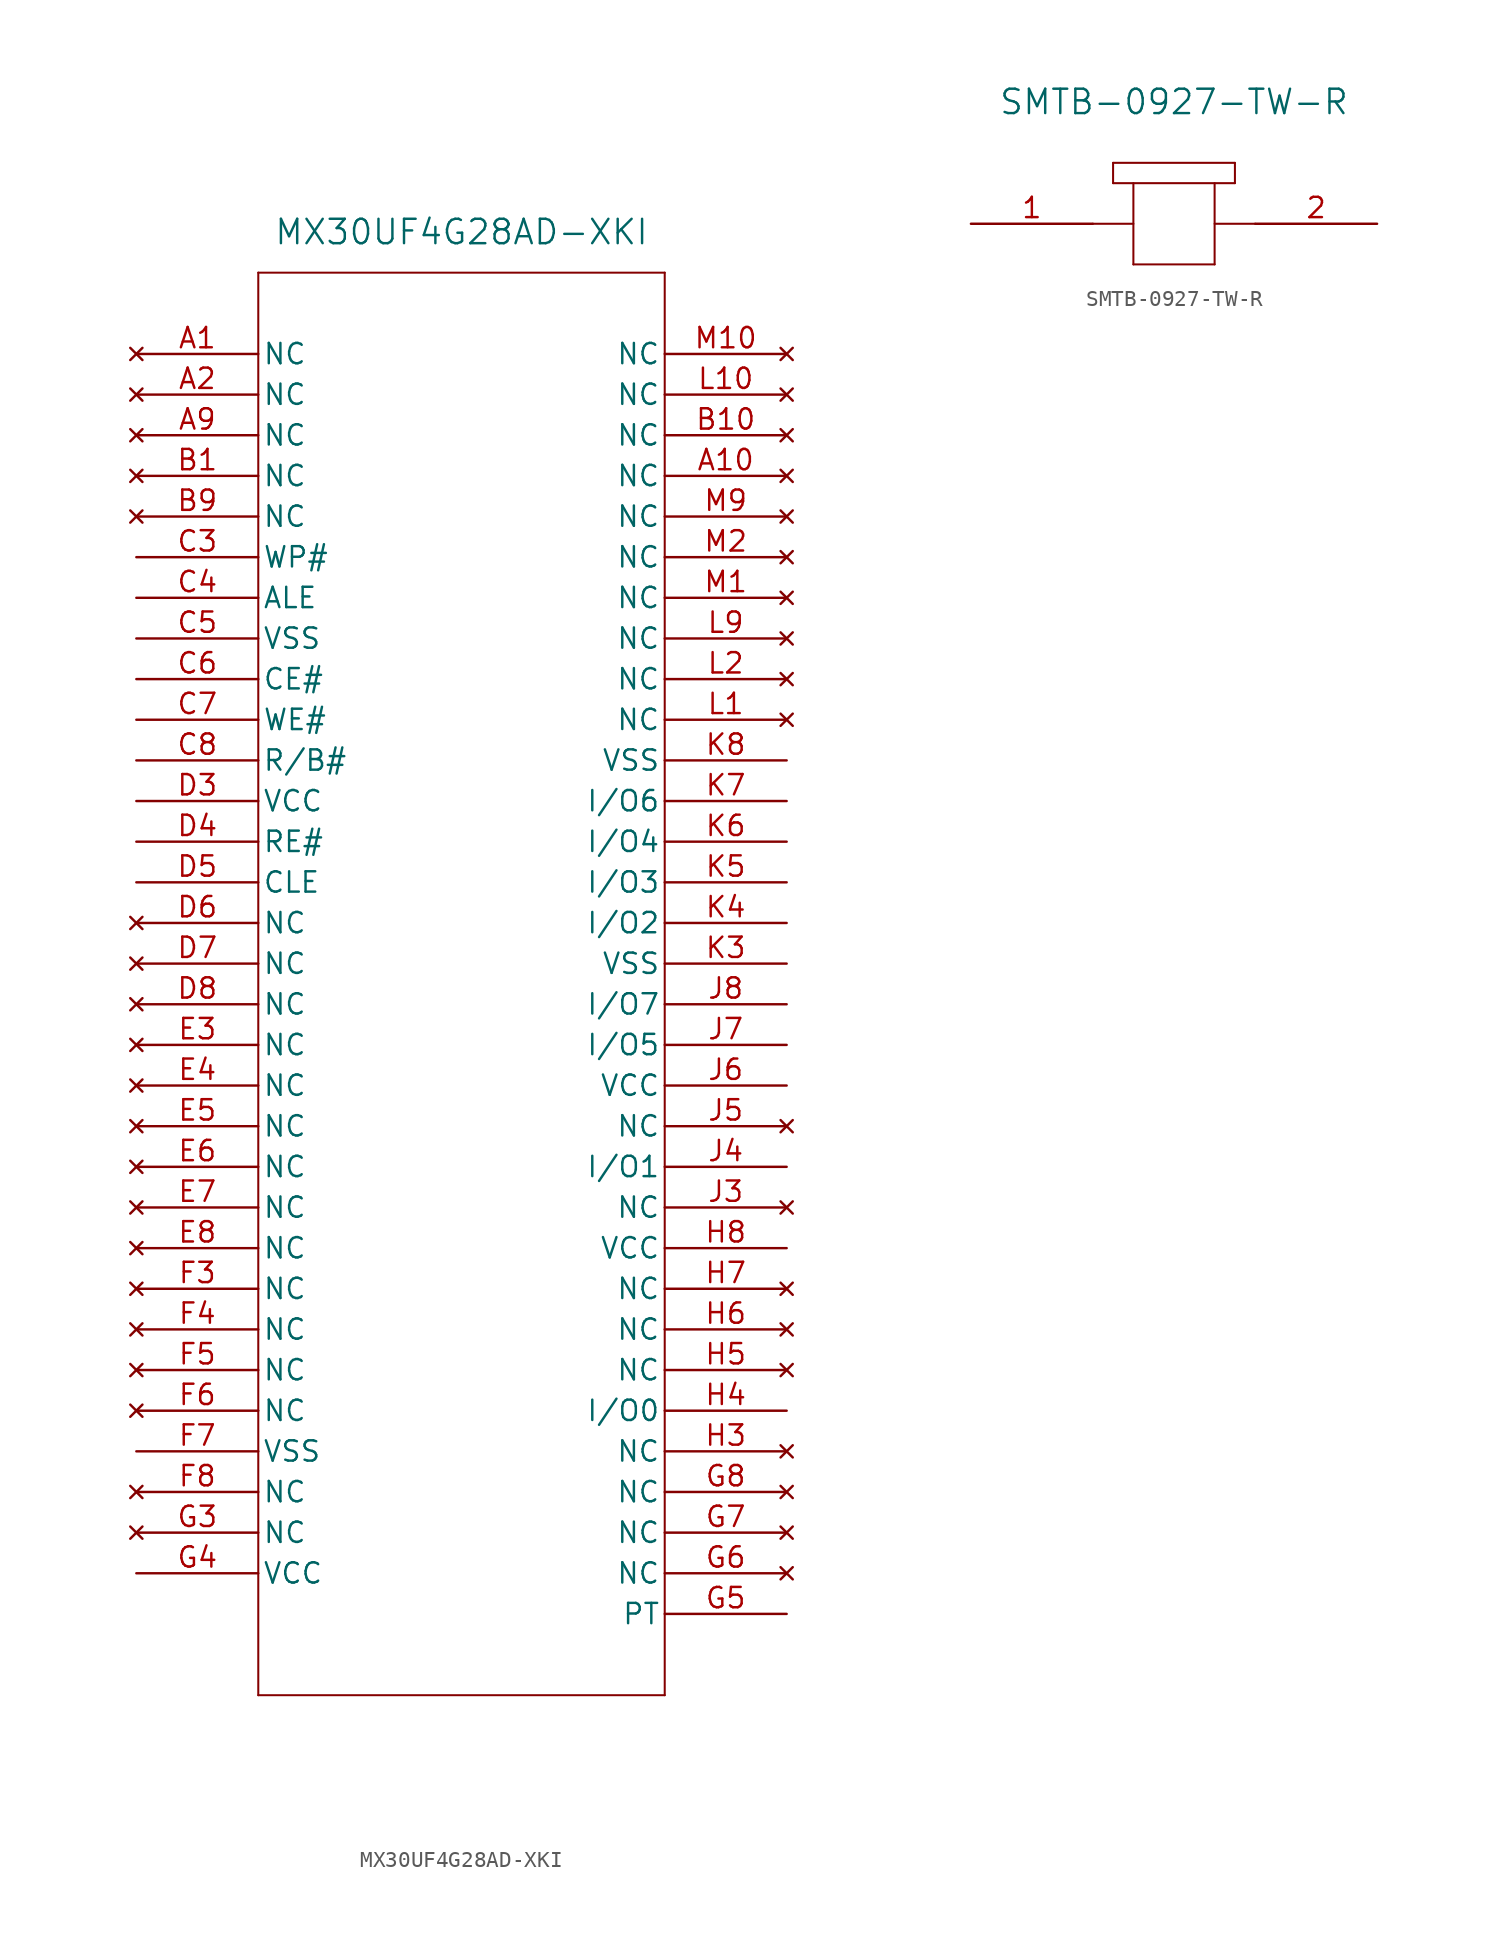
<source format=kicad_sym>
(kicad_symbol_lib
  (version 20231120)
  (generator "kicad_symbol_editor")
  (generator_version "8.0")
  (symbol "MX30UF4G28AD-XKI"
    (pin_names
      (offset 0.254))
    (property "Reference" "U"
      (at 20.32 10.16 0)
      (effects (font (size 1.524 1.524)) (hide yes)))
    (property "Value" "MX30UF4G28AD-XKI"
      (at 20.32 7.62 0)
      (effects (font (size 1.524 1.524))))
    (property "ki_locked" ""
      (at 0 0 0)
      (effects (font (size 1.27 1.27))))
    (symbol "MX30UF4G28AD-XKI_0_1"
      (polyline (pts (xy 7.62 -83.82) (xy 33.02 -83.82)) (stroke (width 0.127) (type default)) (fill (type none)))
      (polyline (pts (xy 7.62 5.08) (xy 7.62 -83.82)) (stroke (width 0.127) (type default)) (fill (type none)))
      (polyline (pts (xy 33.02 -83.82) (xy 33.02 5.08)) (stroke (width 0.127) (type default)) (fill (type none)))
      (polyline (pts (xy 33.02 5.08) (xy 7.62 5.08)) (stroke (width 0.127) (type default)) (fill (type none)))
      (pin no_connect line (at 0 0 0) (length 7.62) (name "NC" (effects (font (size 1.27 1.27)))) (number "A1" (effects (font (size 1.27 1.27)))))
      (pin no_connect line (at 40.64 -7.62 180) (length 7.62) (name "NC" (effects (font (size 1.27 1.27)))) (number "A10" (effects (font (size 1.27 1.27)))))
      (pin no_connect line (at 0 -2.54 0) (length 7.62) (name "NC" (effects (font (size 1.27 1.27)))) (number "A2" (effects (font (size 1.27 1.27)))))
      (pin no_connect line (at 0 -5.08 0) (length 7.62) (name "NC" (effects (font (size 1.27 1.27)))) (number "A9" (effects (font (size 1.27 1.27)))))
      (pin no_connect line (at 0 -7.62 0) (length 7.62) (name "NC" (effects (font (size 1.27 1.27)))) (number "B1" (effects (font (size 1.27 1.27)))))
      (pin no_connect line (at 40.64 -5.08 180) (length 7.62) (name "NC" (effects (font (size 1.27 1.27)))) (number "B10" (effects (font (size 1.27 1.27)))))
      (pin no_connect line (at 0 -10.16 0) (length 7.62) (name "NC" (effects (font (size 1.27 1.27)))) (number "B9" (effects (font (size 1.27 1.27)))))
      (pin input line (at 0 -12.7 0) (length 7.62) (name "WP#" (effects (font (size 1.27 1.27)))) (number "C3" (effects (font (size 1.27 1.27)))))
      (pin input line (at 0 -15.24 0) (length 7.62) (name "ALE" (effects (font (size 1.27 1.27)))) (number "C4" (effects (font (size 1.27 1.27)))))
      (pin power_out line (at 0 -17.78 0) (length 7.62) (name "VSS" (effects (font (size 1.27 1.27)))) (number "C5" (effects (font (size 1.27 1.27)))))
      (pin input line (at 0 -20.32 0) (length 7.62) (name "CE#" (effects (font (size 1.27 1.27)))) (number "C6" (effects (font (size 1.27 1.27)))))
      (pin input line (at 0 -22.86 0) (length 7.62) (name "WE#" (effects (font (size 1.27 1.27)))) (number "C7" (effects (font (size 1.27 1.27)))))
      (pin output line (at 0 -25.4 0) (length 7.62) (name "R/B#" (effects (font (size 1.27 1.27)))) (number "C8" (effects (font (size 1.27 1.27)))))
      (pin power_in line (at 0 -27.94 0) (length 7.62) (name "VCC" (effects (font (size 1.27 1.27)))) (number "D3" (effects (font (size 1.27 1.27)))))
      (pin input line (at 0 -30.48 0) (length 7.62) (name "RE#" (effects (font (size 1.27 1.27)))) (number "D4" (effects (font (size 1.27 1.27)))))
      (pin input line (at 0 -33.02 0) (length 7.62) (name "CLE" (effects (font (size 1.27 1.27)))) (number "D5" (effects (font (size 1.27 1.27)))))
      (pin no_connect line (at 0 -35.56 0) (length 7.62) (name "NC" (effects (font (size 1.27 1.27)))) (number "D6" (effects (font (size 1.27 1.27)))))
      (pin no_connect line (at 0 -38.1 0) (length 7.62) (name "NC" (effects (font (size 1.27 1.27)))) (number "D7" (effects (font (size 1.27 1.27)))))
      (pin no_connect line (at 0 -40.64 0) (length 7.62) (name "NC" (effects (font (size 1.27 1.27)))) (number "D8" (effects (font (size 1.27 1.27)))))
      (pin no_connect line (at 0 -43.18 0) (length 7.62) (name "NC" (effects (font (size 1.27 1.27)))) (number "E3" (effects (font (size 1.27 1.27)))))
      (pin no_connect line (at 0 -45.72 0) (length 7.62) (name "NC" (effects (font (size 1.27 1.27)))) (number "E4" (effects (font (size 1.27 1.27)))))
      (pin no_connect line (at 0 -48.26 0) (length 7.62) (name "NC" (effects (font (size 1.27 1.27)))) (number "E5" (effects (font (size 1.27 1.27)))))
      (pin no_connect line (at 0 -50.8 0) (length 7.62) (name "NC" (effects (font (size 1.27 1.27)))) (number "E6" (effects (font (size 1.27 1.27)))))
      (pin no_connect line (at 0 -53.34 0) (length 7.62) (name "NC" (effects (font (size 1.27 1.27)))) (number "E7" (effects (font (size 1.27 1.27)))))
      (pin no_connect line (at 0 -55.88 0) (length 7.62) (name "NC" (effects (font (size 1.27 1.27)))) (number "E8" (effects (font (size 1.27 1.27)))))
      (pin no_connect line (at 0 -58.42 0) (length 7.62) (name "NC" (effects (font (size 1.27 1.27)))) (number "F3" (effects (font (size 1.27 1.27)))))
      (pin no_connect line (at 0 -60.96 0) (length 7.62) (name "NC" (effects (font (size 1.27 1.27)))) (number "F4" (effects (font (size 1.27 1.27)))))
      (pin no_connect line (at 0 -63.5 0) (length 7.62) (name "NC" (effects (font (size 1.27 1.27)))) (number "F5" (effects (font (size 1.27 1.27)))))
      (pin no_connect line (at 0 -66.04 0) (length 7.62) (name "NC" (effects (font (size 1.27 1.27)))) (number "F6" (effects (font (size 1.27 1.27)))))
      (pin power_out line (at 0 -68.58 0) (length 7.62) (name "VSS" (effects (font (size 1.27 1.27)))) (number "F7" (effects (font (size 1.27 1.27)))))
      (pin no_connect line (at 0 -71.12 0) (length 7.62) (name "NC" (effects (font (size 1.27 1.27)))) (number "F8" (effects (font (size 1.27 1.27)))))
      (pin no_connect line (at 0 -73.66 0) (length 7.62) (name "NC" (effects (font (size 1.27 1.27)))) (number "G3" (effects (font (size 1.27 1.27)))))
      (pin power_in line (at 0 -76.2 0) (length 7.62) (name "VCC" (effects (font (size 1.27 1.27)))) (number "G4" (effects (font (size 1.27 1.27)))))
      (pin input line (at 40.64 -78.74 180) (length 7.62) (name "PT" (effects (font (size 1.27 1.27)))) (number "G5" (effects (font (size 1.27 1.27)))))
      (pin no_connect line (at 40.64 -76.2 180) (length 7.62) (name "NC" (effects (font (size 1.27 1.27)))) (number "G6" (effects (font (size 1.27 1.27)))))
      (pin no_connect line (at 40.64 -73.66 180) (length 7.62) (name "NC" (effects (font (size 1.27 1.27)))) (number "G7" (effects (font (size 1.27 1.27)))))
      (pin no_connect line (at 40.64 -71.12 180) (length 7.62) (name "NC" (effects (font (size 1.27 1.27)))) (number "G8" (effects (font (size 1.27 1.27)))))
      (pin no_connect line (at 40.64 -68.58 180) (length 7.62) (name "NC" (effects (font (size 1.27 1.27)))) (number "H3" (effects (font (size 1.27 1.27)))))
      (pin bidirectional line (at 40.64 -66.04 180) (length 7.62) (name "I/O0" (effects (font (size 1.27 1.27)))) (number "H4" (effects (font (size 1.27 1.27)))))
      (pin no_connect line (at 40.64 -63.5 180) (length 7.62) (name "NC" (effects (font (size 1.27 1.27)))) (number "H5" (effects (font (size 1.27 1.27)))))
      (pin no_connect line (at 40.64 -60.96 180) (length 7.62) (name "NC" (effects (font (size 1.27 1.27)))) (number "H6" (effects (font (size 1.27 1.27)))))
      (pin no_connect line (at 40.64 -58.42 180) (length 7.62) (name "NC" (effects (font (size 1.27 1.27)))) (number "H7" (effects (font (size 1.27 1.27)))))
      (pin power_in line (at 40.64 -55.88 180) (length 7.62) (name "VCC" (effects (font (size 1.27 1.27)))) (number "H8" (effects (font (size 1.27 1.27)))))
      (pin no_connect line (at 40.64 -53.34 180) (length 7.62) (name "NC" (effects (font (size 1.27 1.27)))) (number "J3" (effects (font (size 1.27 1.27)))))
      (pin bidirectional line (at 40.64 -50.8 180) (length 7.62) (name "I/O1" (effects (font (size 1.27 1.27)))) (number "J4" (effects (font (size 1.27 1.27)))))
      (pin no_connect line (at 40.64 -48.26 180) (length 7.62) (name "NC" (effects (font (size 1.27 1.27)))) (number "J5" (effects (font (size 1.27 1.27)))))
      (pin power_in line (at 40.64 -45.72 180) (length 7.62) (name "VCC" (effects (font (size 1.27 1.27)))) (number "J6" (effects (font (size 1.27 1.27)))))
      (pin bidirectional line (at 40.64 -43.18 180) (length 7.62) (name "I/O5" (effects (font (size 1.27 1.27)))) (number "J7" (effects (font (size 1.27 1.27)))))
      (pin bidirectional line (at 40.64 -40.64 180) (length 7.62) (name "I/O7" (effects (font (size 1.27 1.27)))) (number "J8" (effects (font (size 1.27 1.27)))))
      (pin power_out line (at 40.64 -38.1 180) (length 7.62) (name "VSS" (effects (font (size 1.27 1.27)))) (number "K3" (effects (font (size 1.27 1.27)))))
      (pin bidirectional line (at 40.64 -35.56 180) (length 7.62) (name "I/O2" (effects (font (size 1.27 1.27)))) (number "K4" (effects (font (size 1.27 1.27)))))
      (pin bidirectional line (at 40.64 -33.02 180) (length 7.62) (name "I/O3" (effects (font (size 1.27 1.27)))) (number "K5" (effects (font (size 1.27 1.27)))))
      (pin bidirectional line (at 40.64 -30.48 180) (length 7.62) (name "I/O4" (effects (font (size 1.27 1.27)))) (number "K6" (effects (font (size 1.27 1.27)))))
      (pin bidirectional line (at 40.64 -27.94 180) (length 7.62) (name "I/O6" (effects (font (size 1.27 1.27)))) (number "K7" (effects (font (size 1.27 1.27)))))
      (pin power_out line (at 40.64 -25.4 180) (length 7.62) (name "VSS" (effects (font (size 1.27 1.27)))) (number "K8" (effects (font (size 1.27 1.27)))))
      (pin no_connect line (at 40.64 -22.86 180) (length 7.62) (name "NC" (effects (font (size 1.27 1.27)))) (number "L1" (effects (font (size 1.27 1.27)))))
      (pin no_connect line (at 40.64 -2.54 180) (length 7.62) (name "NC" (effects (font (size 1.27 1.27)))) (number "L10" (effects (font (size 1.27 1.27)))))
      (pin no_connect line (at 40.64 -20.32 180) (length 7.62) (name "NC" (effects (font (size 1.27 1.27)))) (number "L2" (effects (font (size 1.27 1.27)))))
      (pin no_connect line (at 40.64 -17.78 180) (length 7.62) (name "NC" (effects (font (size 1.27 1.27)))) (number "L9" (effects (font (size 1.27 1.27)))))
      (pin no_connect line (at 40.64 -15.24 180) (length 7.62) (name "NC" (effects (font (size 1.27 1.27)))) (number "M1" (effects (font (size 1.27 1.27)))))
      (pin no_connect line (at 40.64 0 180) (length 7.62) (name "NC" (effects (font (size 1.27 1.27)))) (number "M10" (effects (font (size 1.27 1.27)))))
      (pin no_connect line (at 40.64 -12.7 180) (length 7.62) (name "NC" (effects (font (size 1.27 1.27)))) (number "M2" (effects (font (size 1.27 1.27)))))
      (pin no_connect line (at 40.64 -10.16 180) (length 7.62) (name "NC" (effects (font (size 1.27 1.27)))) (number "M9" (effects (font (size 1.27 1.27)))))))
  (symbol "SMTB-0927-TW-R"
    (pin_names
      (offset 0.254))
    (property "Reference" "LS"
      (at 12.7 10.16 0)
      (effects (font (size 1.524 1.524)) (hide yes)))
    (property "Value" "SMTB-0927-TW-R"
      (at 12.7 7.62 0)
      (effects (font (size 1.524 1.524))))
    (property "ki_locked" ""
      (at 0 0 0)
      (effects (font (size 1.27 1.27))))
    (symbol "SMTB-0927-TW-R_0_1"
      (polyline (pts (xy 7.62 0) (xy 10.16 0)) (stroke (width 0.127) (type default)) (fill (type none)))
      (polyline (pts (xy 8.89 3.81) (xy 8.89 2.54)) (stroke (width 0.127) (type default)) (fill (type none)))
      (polyline (pts (xy 8.89 3.81) (xy 16.51 3.81)) (stroke (width 0.127) (type default)) (fill (type none)))
      (polyline (pts (xy 10.16 -2.54) (xy 15.24 -2.54)) (stroke (width 0.127) (type default)) (fill (type none)))
      (polyline (pts (xy 10.16 2.54) (xy 10.16 -2.54)) (stroke (width 0.127) (type default)) (fill (type none)))
      (polyline (pts (xy 15.24 -2.54) (xy 15.24 2.54)) (stroke (width 0.127) (type default)) (fill (type none)))
      (polyline (pts (xy 16.51 2.54) (xy 8.89 2.54)) (stroke (width 0.127) (type default)) (fill (type none)))
      (polyline (pts (xy 16.51 3.81) (xy 16.51 2.54)) (stroke (width 0.127) (type default)) (fill (type none)))
      (polyline (pts (xy 17.78 0) (xy 15.24 0)) (stroke (width 0.127) (type default)) (fill (type none))))
    (symbol "SMTB-0927-TW-R_1_1"
      (pin input line (at 0 0 0) (length 7.62) (name "" (effects (font (size 1.27 1.27)))) (number "1" (effects (font (size 1.27 1.27)))))
      (pin output line (at 25.4 0 180) (length 7.62) (name "" (effects (font (size 1.27 1.27)))) (number "2" (effects (font (size 1.27 1.27))))))))
</source>
